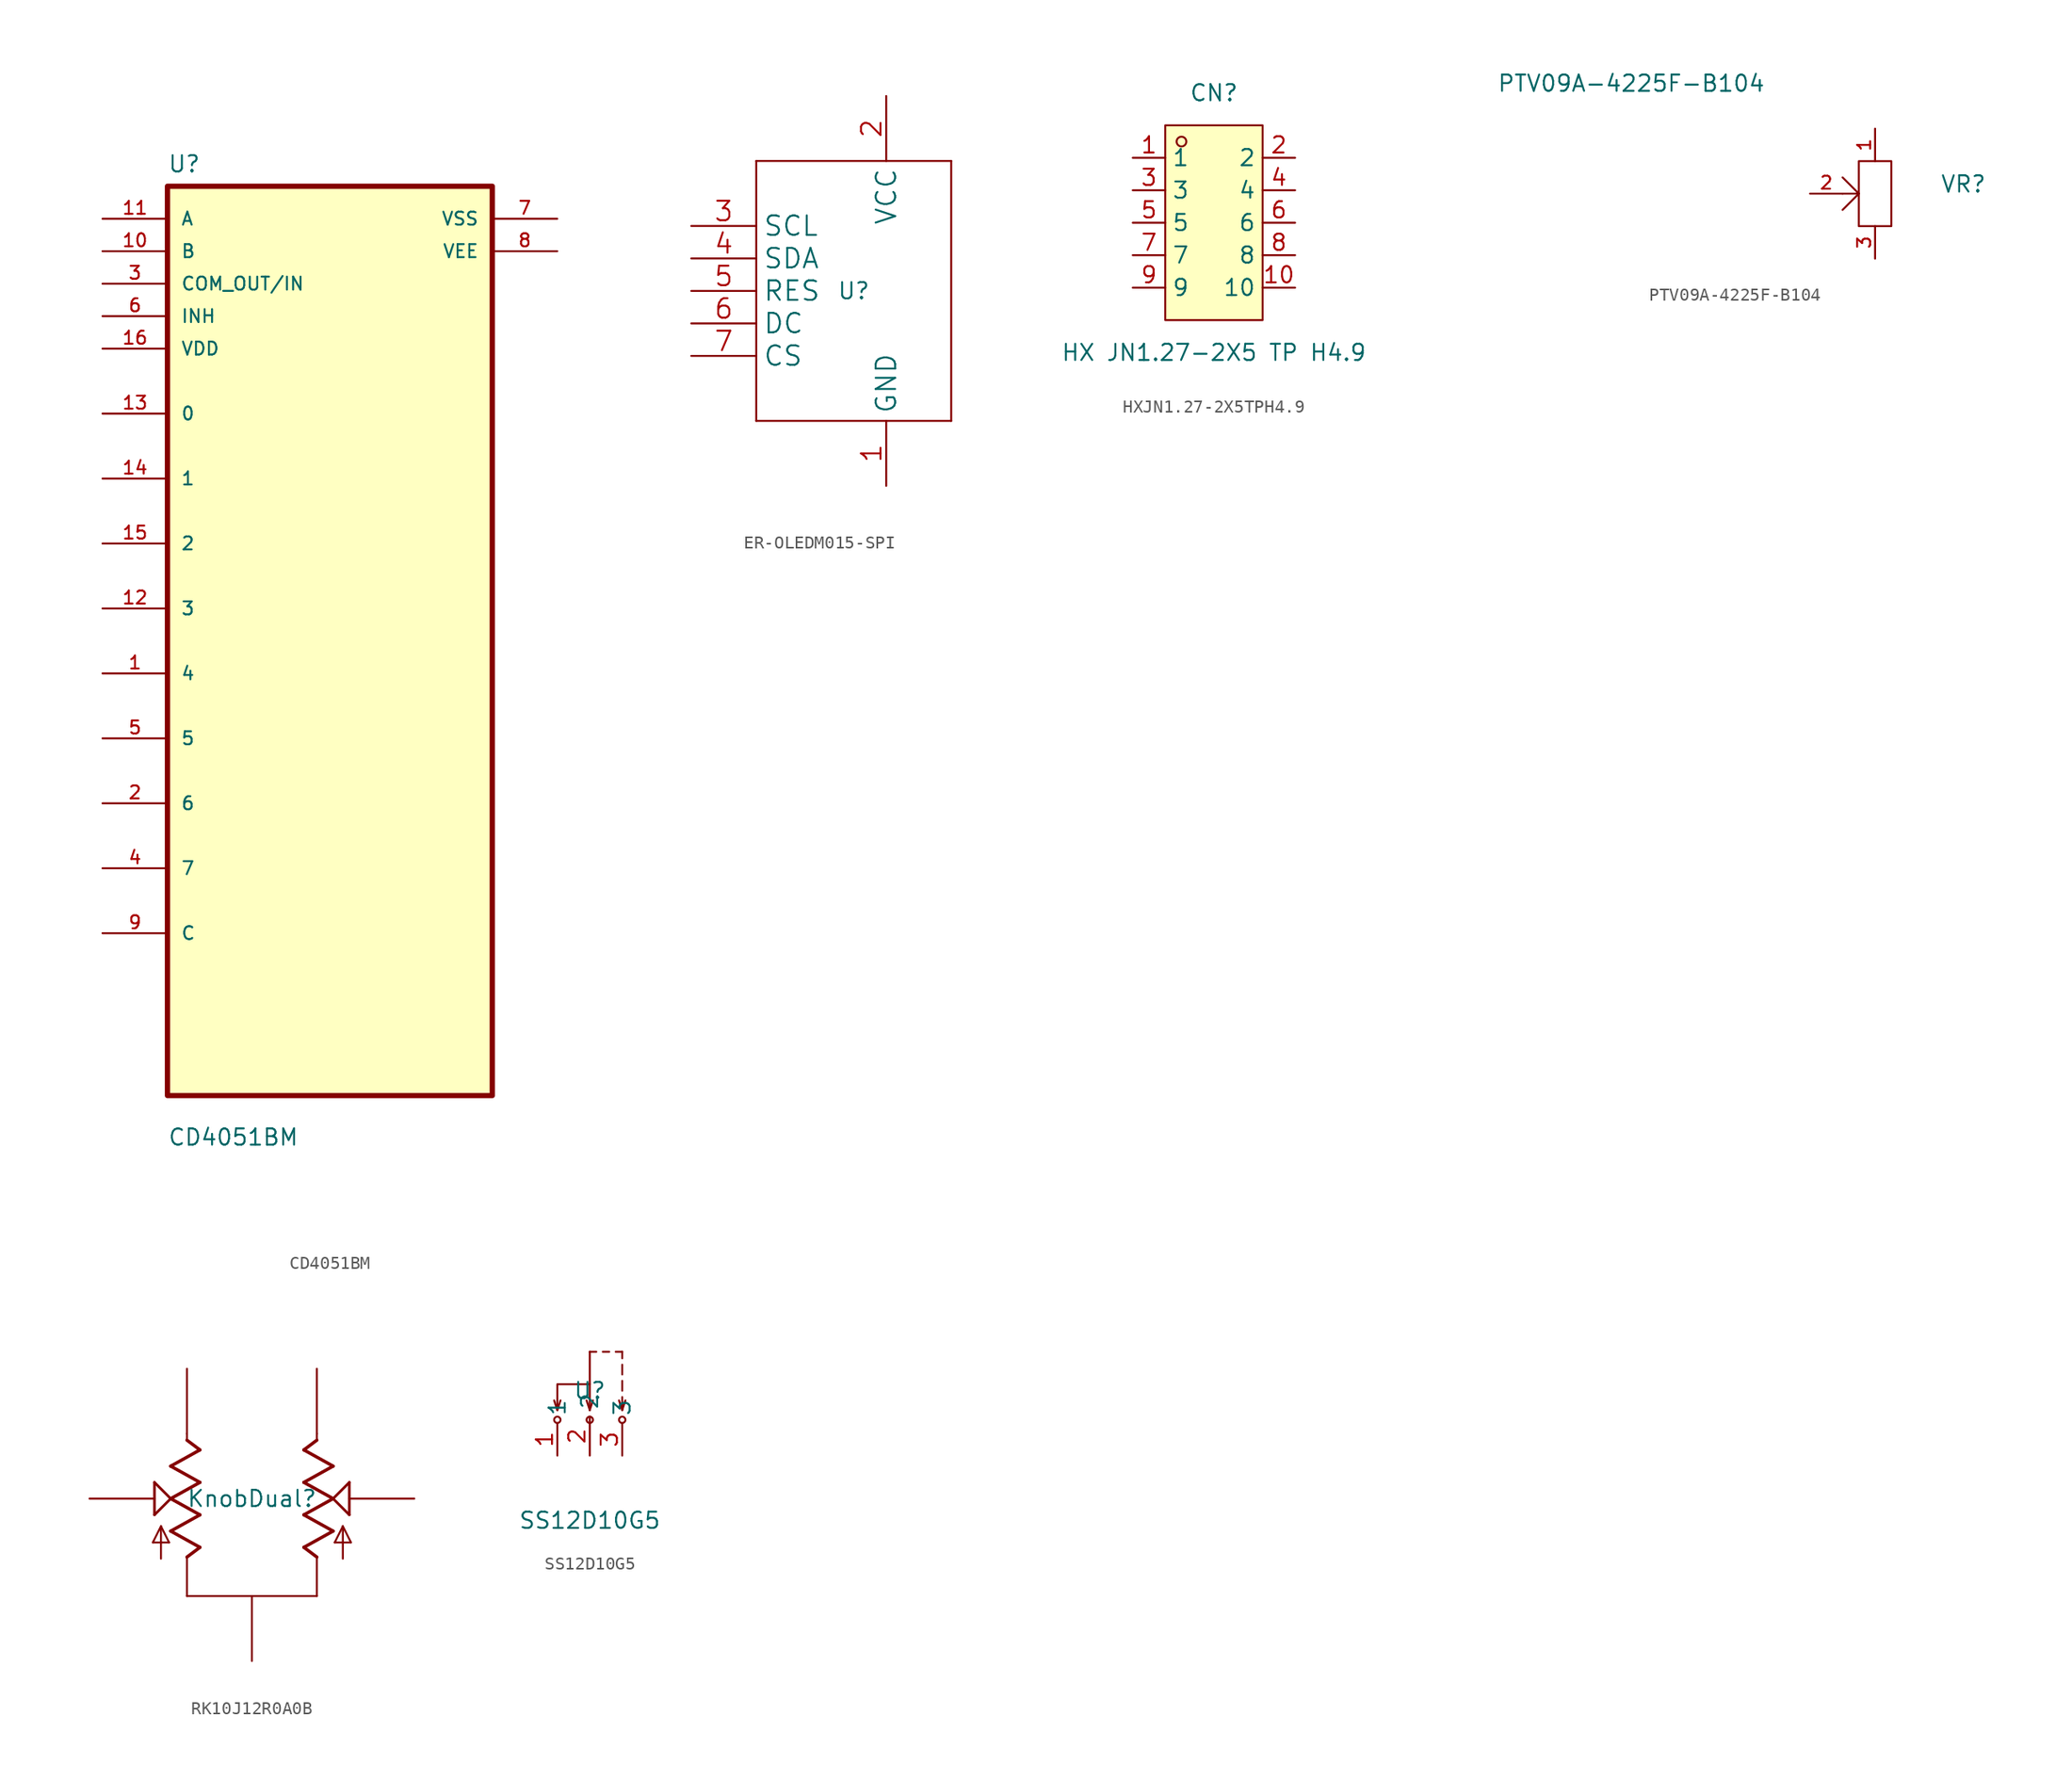
<source format=kicad_sym>
(kicad_symbol_lib
  (version 20241209)
  (generator "kicad_symbol_editor")
  (generator_version "9.0")
  (symbol "CD4051BM"
    (pin_names
      (offset 1.016))
    (property "Reference" "U"
      (at -12.7 36.56 0)
      (effects (font (size 1.27 1.27)) (justify left bottom)))
    (property "Value" "CD4051BM"
      (at -12.7 -39.56 0)
      (effects (font (size 1.27 1.27)) (justify left bottom)))
    (symbol "CD4051BM_0_0"
      (rectangle (start -12.7 35.56) (end 12.7 -35.56) (stroke (width 0.41) (type default)) (fill (type background)))
      (pin input line (at -17.78 33.02 0) (length 5.08) (name "A" (effects (font (size 1.016 1.016)))) (number "11" (effects (font (size 1.016 1.016)))))
      (pin input line (at -17.78 30.48 0) (length 5.08) (name "B" (effects (font (size 1.016 1.016)))) (number "10" (effects (font (size 1.016 1.016)))))
      (pin input line (at -17.78 27.94 0) (length 5.08) (name "COM_OUT/IN" (effects (font (size 1.016 1.016)))) (number "3" (effects (font (size 1.016 1.016)))))
      (pin input line (at -17.78 25.4 0) (length 5.08) (name "INH" (effects (font (size 1.016 1.016)))) (number "6" (effects (font (size 1.016 1.016)))))
      (pin input line (at -17.78 22.86 0) (length 5.08) (name "VDD" (effects (font (size 1.016 1.016)))) (number "16" (effects (font (size 1.016 1.016)))))
      (pin bidirectional line (at -17.78 17.78 0) (length 5.08) (name "0" (effects (font (size 1.016 1.016)))) (number "13" (effects (font (size 1.016 1.016)))))
      (pin bidirectional line (at -17.78 12.7 0) (length 5.08) (name "1" (effects (font (size 1.016 1.016)))) (number "14" (effects (font (size 1.016 1.016)))))
      (pin bidirectional line (at -17.78 7.62 0) (length 5.08) (name "2" (effects (font (size 1.016 1.016)))) (number "15" (effects (font (size 1.016 1.016)))))
      (pin bidirectional line (at -17.78 2.54 0) (length 5.08) (name "3" (effects (font (size 1.016 1.016)))) (number "12" (effects (font (size 1.016 1.016)))))
      (pin bidirectional line (at -17.78 -2.54 0) (length 5.08) (name "4" (effects (font (size 1.016 1.016)))) (number "1" (effects (font (size 1.016 1.016)))))
      (pin bidirectional line (at -17.78 -7.62 0) (length 5.08) (name "5" (effects (font (size 1.016 1.016)))) (number "5" (effects (font (size 1.016 1.016)))))
      (pin bidirectional line (at -17.78 -12.7 0) (length 5.08) (name "6" (effects (font (size 1.016 1.016)))) (number "2" (effects (font (size 1.016 1.016)))))
      (pin bidirectional line (at -17.78 -17.78 0) (length 5.08) (name "7" (effects (font (size 1.016 1.016)))) (number "4" (effects (font (size 1.016 1.016)))))
      (pin bidirectional line (at -17.78 -22.86 0) (length 5.08) (name "C" (effects (font (size 1.016 1.016)))) (number "9" (effects (font (size 1.016 1.016)))))
      (pin power_in line (at 17.78 33.02 180) (length 5.08) (name "VSS" (effects (font (size 1.016 1.016)))) (number "7" (effects (font (size 1.016 1.016)))))
      (pin power_in line (at 17.78 30.48 180) (length 5.08) (name "VEE" (effects (font (size 1.016 1.016)))) (number "8" (effects (font (size 1.016 1.016)))))))
  (symbol "ER-OLEDM015-SPI"
    (property "Reference" "U"
      (at 0 0 0)
      (effects (font (size 1.27 1.27))))
    (property "Value" ""
      (at 0 0 0)
      (effects (font (size 1.27 1.27))))
    (symbol "ER-OLEDM015-SPI_1_0"
      (polyline (pts (xy -7.62 10.16) (xy -7.62 -10.16)) (stroke (width 0.152) (type solid)) (fill (type none)))
      (polyline (pts (xy -7.62 -10.16) (xy 7.62 -10.16)) (stroke (width 0.152) (type solid)) (fill (type none)))
      (polyline (pts (xy 7.62 10.16) (xy -7.62 10.16)) (stroke (width 0.152) (type solid)) (fill (type none)))
      (polyline (pts (xy 7.62 -10.16) (xy 7.62 10.16)) (stroke (width 0.152) (type solid)) (fill (type none)))
      (pin bidirectional line (at -12.7 5.08 0) (length 5.08) (name "SCL" (effects (font (size 1.524 1.524)))) (number "3" (effects (font (size 1.524 1.524)))))
      (pin bidirectional line (at -12.7 2.54 0) (length 5.08) (name "SDA" (effects (font (size 1.524 1.524)))) (number "4" (effects (font (size 1.524 1.524)))))
      (pin bidirectional line (at -12.7 0 0) (length 5.08) (name "RES" (effects (font (size 1.524 1.524)))) (number "5" (effects (font (size 1.524 1.524)))))
      (pin bidirectional line (at -12.7 -2.54 0) (length 5.08) (name "DC" (effects (font (size 1.524 1.524)))) (number "6" (effects (font (size 1.524 1.524)))))
      (pin bidirectional line (at -12.7 -5.08 0) (length 5.08) (name "CS" (effects (font (size 1.524 1.524)))) (number "7" (effects (font (size 1.524 1.524)))))
      (pin bidirectional line (at 2.54 15.24 270) (length 5.08) (name "VCC" (effects (font (size 1.524 1.524)))) (number "2" (effects (font (size 1.524 1.524)))))
      (pin bidirectional line (at 2.54 -15.24 90) (length 5.08) (name "GND" (effects (font (size 1.524 1.524)))) (number "1" (effects (font (size 1.524 1.524)))))))
  (symbol "HXJN1.27-2X5TPH4.9"
    (property "Reference" "CN"
      (at 0 10.16 0)
      (effects (font (size 1.27 1.27))))
    (property "Value" "HX JN1.27-2X5 TP H4.9"
      (at 0 -10.16 0)
      (effects (font (size 1.27 1.27))))
    (symbol "HXJN1.27-2X5TPH4.9_0_1"
      (rectangle (start -3.81 7.62) (end 3.81 -7.62) (stroke (width 0) (type default)) (fill (type background)))
      (circle (center -2.54 6.35) (radius 0.38) (stroke (width 0) (type default)) (fill (type none)))
      (pin unspecified line (at -6.35 5.08 0) (length 2.54) (name "1" (effects (font (size 1.27 1.27)))) (number "1" (effects (font (size 1.27 1.27)))))
      (pin unspecified line (at -6.35 2.54 0) (length 2.54) (name "3" (effects (font (size 1.27 1.27)))) (number "3" (effects (font (size 1.27 1.27)))))
      (pin unspecified line (at -6.35 0 0) (length 2.54) (name "5" (effects (font (size 1.27 1.27)))) (number "5" (effects (font (size 1.27 1.27)))))
      (pin unspecified line (at -6.35 -2.54 0) (length 2.54) (name "7" (effects (font (size 1.27 1.27)))) (number "7" (effects (font (size 1.27 1.27)))))
      (pin unspecified line (at -6.35 -5.08 0) (length 2.54) (name "9" (effects (font (size 1.27 1.27)))) (number "9" (effects (font (size 1.27 1.27)))))
      (pin unspecified line (at 6.35 5.08 180) (length 2.54) (name "2" (effects (font (size 1.27 1.27)))) (number "2" (effects (font (size 1.27 1.27)))))
      (pin unspecified line (at 6.35 2.54 180) (length 2.54) (name "4" (effects (font (size 1.27 1.27)))) (number "4" (effects (font (size 1.27 1.27)))))
      (pin unspecified line (at 6.35 0 180) (length 2.54) (name "6" (effects (font (size 1.27 1.27)))) (number "6" (effects (font (size 1.27 1.27)))))
      (pin unspecified line (at 6.35 -2.54 180) (length 2.54) (name "8" (effects (font (size 1.27 1.27)))) (number "8" (effects (font (size 1.27 1.27)))))
      (pin unspecified line (at 6.35 -5.08 180) (length 2.54) (name "10" (effects (font (size 1.27 1.27)))) (number "10" (effects (font (size 1.27 1.27)))))))
  (symbol "PTV09A-4225F-B104"
    (pin_names
      (offset 1.016))
    (property "Reference" "VR"
      (at 5.08 0 0)
      (effects (font (size 1.27 1.27)) (justify left bottom)))
    (property "Value" "PTV09A-4225F-B104"
      (at -19.05 7.874 0)
      (effects (font (size 1.27 1.27)) (justify bottom)))
    (symbol "PTV09A-4225F-B104_0_0"
      (pin bidirectional line (at -5.08 0 0) (length 2.54) (name "~" (effects (font (size 1.016 1.016)))) (number "2" (effects (font (size 1.016 1.016)))))
      (pin bidirectional line (at 0 5.08 270) (length 2.54) (name "~" (effects (font (size 1.016 1.016)))) (number "1" (effects (font (size 1.016 1.016)))))
      (pin bidirectional line (at 0 -5.08 90) (length 2.54) (name "~" (effects (font (size 1.016 1.016)))) (number "3" (effects (font (size 1.016 1.016))))))
    (symbol "PTV09A-4225F-B104_0_1"
      (polyline (pts (xy -2.54 0) (xy -1.27 0)) (stroke (width 0) (type default)) (fill (type none)))
      (rectangle (start -1.27 2.54) (end 1.27 -2.54) (stroke (width 0) (type default)) (fill (type none)))
      (polyline (pts (xy -1.27 0) (xy -2.54 1.27)) (stroke (width 0) (type default)) (fill (type none)))
      (polyline (pts (xy -1.27 0) (xy -2.54 -1.27)) (stroke (width 0) (type default)) (fill (type none)))))
  (symbol "RK10J12R0A0B"
    (property "Reference" "KnobDual"
      (at 0 0 0)
      (effects (font (size 1.27 1.27))))
    (property "Value" ""
      (at 0 0 0)
      (effects (font (size 1.27 1.27))))
    (symbol "RK10J12R0A0B_1_0"
      (polyline (pts (xy -7.747 -3.429) (xy -6.477 -3.429)) (stroke (width 0.152) (type solid)) (fill (type none)))
      (polyline (pts (xy -7.62 1.27) (xy -7.62 -1.27)) (stroke (width 0.203) (type solid)) (fill (type none)))
      (polyline (pts (xy -7.62 -1.27) (xy -6.35 0)) (stroke (width 0.203) (type solid)) (fill (type none)))
      (polyline (pts (xy -7.112 -2.159) (xy -7.747 -3.429)) (stroke (width 0.152) (type solid)) (fill (type none)))
      (polyline (pts (xy -7.112 -4.699) (xy -7.112 -2.159)) (stroke (width 0.152) (type solid)) (fill (type none)))
      (polyline (pts (xy -6.477 -3.429) (xy -7.112 -2.159)) (stroke (width 0.152) (type solid)) (fill (type none)))
      (polyline (pts (xy -6.35 2.54) (xy -4.064 3.81)) (stroke (width 0.254) (type solid)) (fill (type none)))
      (polyline (pts (xy -6.35 0) (xy -7.62 1.27)) (stroke (width 0.203) (type solid)) (fill (type none)))
      (polyline (pts (xy -6.35 0) (xy -4.064 1.27)) (stroke (width 0.254) (type solid)) (fill (type none)))
      (polyline (pts (xy -6.35 -2.54) (xy -4.064 -1.27)) (stroke (width 0.254) (type solid)) (fill (type none)))
      (polyline (pts (xy -5.08 4.572) (xy -5.08 5.08)) (stroke (width 0.152) (type solid)) (fill (type none)))
      (polyline (pts (xy -5.08 -4.572) (xy -5.08 -7.62)) (stroke (width 0.152) (type solid)) (fill (type none)))
      (polyline (pts (xy -5.08 -4.572) (xy -4.064 -3.81)) (stroke (width 0.254) (type solid)) (fill (type none)))
      (polyline (pts (xy -5.08 -7.62) (xy 5.08 -7.62)) (stroke (width 0.152) (type solid)) (fill (type none)))
      (polyline (pts (xy -4.064 3.81) (xy -5.08 4.572)) (stroke (width 0.254) (type solid)) (fill (type none)))
      (polyline (pts (xy -4.064 1.27) (xy -6.35 2.54)) (stroke (width 0.254) (type solid)) (fill (type none)))
      (polyline (pts (xy -4.064 -1.27) (xy -6.35 0)) (stroke (width 0.254) (type solid)) (fill (type none)))
      (polyline (pts (xy -4.064 -3.81) (xy -6.35 -2.54)) (stroke (width 0.254) (type solid)) (fill (type none)))
      (polyline (pts (xy 4.064 3.81) (xy 5.08 4.572)) (stroke (width 0.254) (type solid)) (fill (type none)))
      (polyline (pts (xy 4.064 1.27) (xy 6.35 2.54)) (stroke (width 0.254) (type solid)) (fill (type none)))
      (polyline (pts (xy 4.064 -1.27) (xy 6.35 0)) (stroke (width 0.254) (type solid)) (fill (type none)))
      (polyline (pts (xy 4.064 -3.81) (xy 6.35 -2.54)) (stroke (width 0.254) (type solid)) (fill (type none)))
      (polyline (pts (xy 5.08 4.572) (xy 5.08 5.08)) (stroke (width 0.152) (type solid)) (fill (type none)))
      (polyline (pts (xy 5.08 -4.572) (xy 4.064 -3.81)) (stroke (width 0.254) (type solid)) (fill (type none)))
      (polyline (pts (xy 5.08 -7.62) (xy 5.08 -4.572)) (stroke (width 0.152) (type solid)) (fill (type none)))
      (polyline (pts (xy 6.35 2.54) (xy 4.064 3.81)) (stroke (width 0.254) (type solid)) (fill (type none)))
      (polyline (pts (xy 6.35 0) (xy 4.064 1.27)) (stroke (width 0.254) (type solid)) (fill (type none)))
      (polyline (pts (xy 6.35 0) (xy 7.62 1.27)) (stroke (width 0.203) (type solid)) (fill (type none)))
      (polyline (pts (xy 6.35 -2.54) (xy 4.064 -1.27)) (stroke (width 0.254) (type solid)) (fill (type none)))
      (polyline (pts (xy 6.477 -3.429) (xy 7.112 -2.159)) (stroke (width 0.152) (type solid)) (fill (type none)))
      (polyline (pts (xy 7.112 -2.159) (xy 7.747 -3.429)) (stroke (width 0.152) (type solid)) (fill (type none)))
      (polyline (pts (xy 7.112 -4.699) (xy 7.112 -2.159)) (stroke (width 0.152) (type solid)) (fill (type none)))
      (polyline (pts (xy 7.62 1.27) (xy 7.62 -1.27)) (stroke (width 0.203) (type solid)) (fill (type none)))
      (polyline (pts (xy 7.62 -1.27) (xy 6.35 0)) (stroke (width 0.203) (type solid)) (fill (type none)))
      (polyline (pts (xy 7.747 -3.429) (xy 6.477 -3.429)) (stroke (width 0.152) (type solid)) (fill (type none)))
      (pin bidirectional line (at -12.7 0 0) (length 5.08) (name "P2" (effects (font (size 0 0)))) (number "2" (effects (font (size 0 0)))))
      (pin bidirectional line (at -5.08 10.16 270) (length 5.08) (name "P5" (effects (font (size 0 0)))) (number "5" (effects (font (size 0 0)))))
      (pin bidirectional line (at 0 -12.7 90) (length 5.08) (name "P1" (effects (font (size 0 0)))) (number "1" (effects (font (size 0 0)))))
      (pin bidirectional line (at 5.08 10.16 270) (length 5.08) (name "P4" (effects (font (size 0 0)))) (number "4" (effects (font (size 0 0)))))
      (pin bidirectional line (at 12.7 0 180) (length 5.08) (name "P3" (effects (font (size 0 0)))) (number "3" (effects (font (size 0 0)))))))
  (symbol "SS12D10G5"
    (property "Reference" "U"
      (at 0 1.52 0)
      (effects (font (size 1.27 1.27))))
    (property "Value" "SS12D10G5"
      (at 0 -8.64 0)
      (effects (font (size 1.27 1.27))))
    (symbol "SS12D10G5_0_1"
      (polyline (pts (xy -2.54 0) (xy -2.79 0.76)) (stroke (width 0) (type default)) (fill (type none)))
      (polyline (pts (xy -2.54 0) (xy -2.29 0.76)) (stroke (width 0) (type default)) (fill (type none)))
      (polyline (pts (xy -2.54 0) (xy -2.54 2.03) (xy 0 2.03) (xy 0 0)) (stroke (width 0) (type default)) (fill (type none)))
      (circle (center -2.54 -0.76) (radius 0.25) (stroke (width 0) (type default)) (fill (type none)))
      (polyline (pts (xy 0 4.57) (xy 0.51 4.57)) (stroke (width 0) (type default)) (fill (type none)))
      (polyline (pts (xy 0 2.03) (xy 0 4.57)) (stroke (width 0) (type default)) (fill (type none)))
      (polyline (pts (xy 0 0) (xy -0.25 0.76)) (stroke (width 0) (type default)) (fill (type none)))
      (polyline (pts (xy 0 0) (xy 0.25 0.76)) (stroke (width 0) (type default)) (fill (type none)))
      (circle (center 0 -0.76) (radius 0.25) (stroke (width 0) (type default)) (fill (type none)))
      (polyline (pts (xy 1.02 4.57) (xy 1.52 4.57)) (stroke (width 0) (type default)) (fill (type none)))
      (polyline (pts (xy 2.03 4.57) (xy 2.54 4.57)) (stroke (width 0) (type default)) (fill (type none)))
      (polyline (pts (xy 2.54 4.57) (xy 2.54 4.06)) (stroke (width 0) (type default)) (fill (type none)))
      (polyline (pts (xy 2.54 3.56) (xy 2.54 2.79)) (stroke (width 0) (type default)) (fill (type none)))
      (polyline (pts (xy 2.54 2.29) (xy 2.54 1.52)) (stroke (width 0) (type default)) (fill (type none)))
      (polyline (pts (xy 2.54 1.02) (xy 2.54 0.25)) (stroke (width 0) (type default)) (fill (type none)))
      (polyline (pts (xy 2.54 0.25) (xy 2.54 0)) (stroke (width 0) (type default)) (fill (type none)))
      (polyline (pts (xy 2.54 0) (xy 2.29 0.76)) (stroke (width 0) (type default)) (fill (type none)))
      (polyline (pts (xy 2.54 0) (xy 2.79 0.76)) (stroke (width 0) (type default)) (fill (type none)))
      (circle (center 2.54 -0.76) (radius 0.25) (stroke (width 0) (type default)) (fill (type none)))
      (pin unspecified line (at -2.54 -3.56 90) (length 2.54) (name "1" (effects (font (size 1.27 1.27)))) (number "1" (effects (font (size 1.27 1.27)))))
      (pin unspecified line (at 0 -3.56 90) (length 3.048) (name "2" (effects (font (size 1.27 1.27)))) (number "2" (effects (font (size 1.27 1.27)))))
      (pin unspecified line (at 2.54 -3.56 90) (length 2.54) (name "3" (effects (font (size 1.27 1.27)))) (number "3" (effects (font (size 1.27 1.27))))))))
</source>
